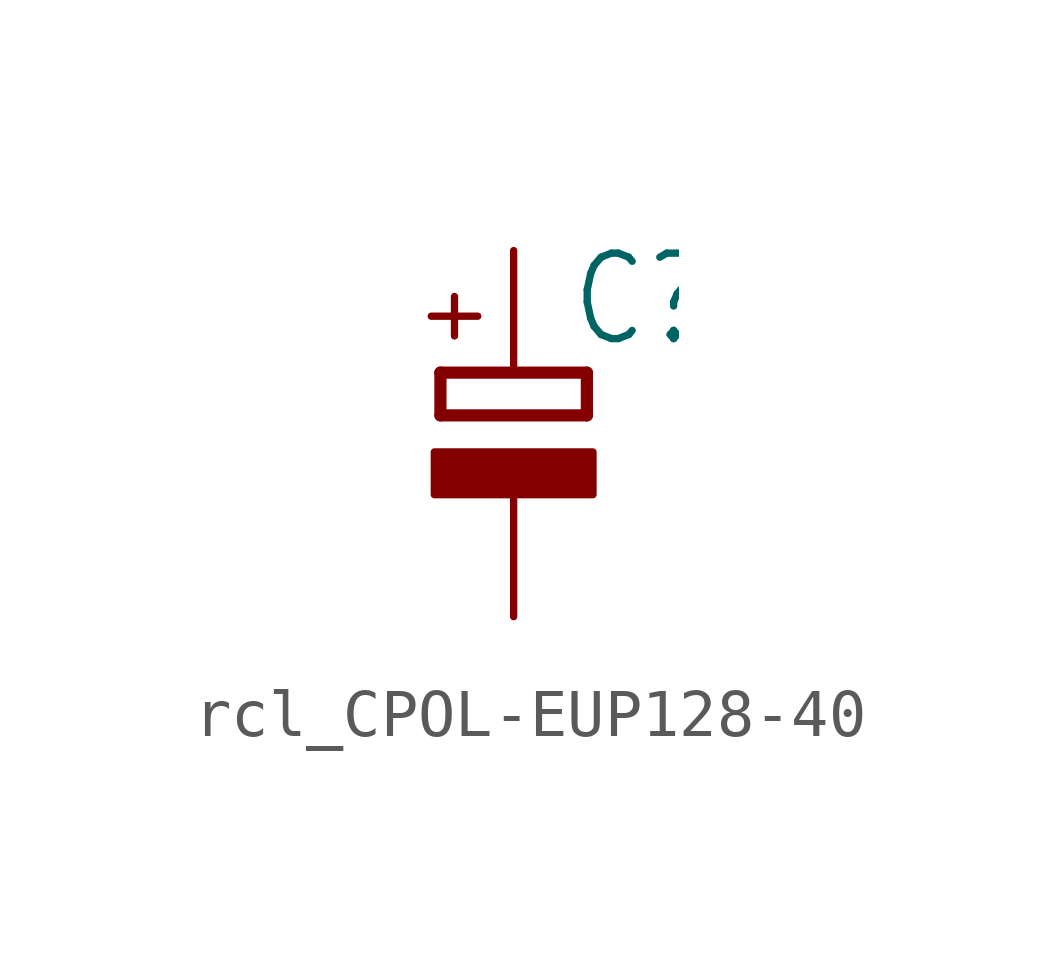
<source format=kicad_sym>
(kicad_symbol_lib
  (version 20231120)
  (generator "kicad_symbol_editor")
  (generator_version "8.0")
  (symbol "rcl_CPOL-EUP128-40"
    (property "Reference" "C"
      (at 1.143 0.483 0)
      (effects (font (size 1.778 1.511)) (justify left bottom)))
    (property "Value" ""
      (at 1.143 -4.597 0)
      (effects (font (size 1.778 1.511)) (justify left bottom)))
    (property "ki_locked" ""
      (at 0 0 0)
      (effects (font (size 1.27 1.27))))
    (symbol "rcl_CPOL-EUP128-40_1_0"
      (rectangle (start -1.651 -2.54) (end 1.651 -1.651) (stroke (width 0) (type default)) (fill (type outline)))
      (polyline (pts (xy -1.524 -0.889) (xy 1.524 -0.889)) (stroke (width 0.254) (type solid)) (fill (type none)))
      (polyline (pts (xy -1.524 0) (xy -1.524 -0.889)) (stroke (width 0.254) (type solid)) (fill (type none)))
      (polyline (pts (xy -1.524 0) (xy 1.524 0)) (stroke (width 0.254) (type solid)) (fill (type none)))
      (polyline (pts (xy 1.524 -0.889) (xy 1.524 0)) (stroke (width 0.254) (type solid)) (fill (type none)))
      (text "+" (at -0.584 0.406 900) (effects (font (size 1.27 1.079)) (justify left bottom)))
      (pin passive line (at 0 2.54 270) (length 2.54) (name "+" (effects (font (size 0 0)))) (number "+" (effects (font (size 0 0)))))
      (pin passive line (at 0 -5.08 90) (length 2.54) (name "-" (effects (font (size 0 0)))) (number "-" (effects (font (size 0 0))))))))
</source>
